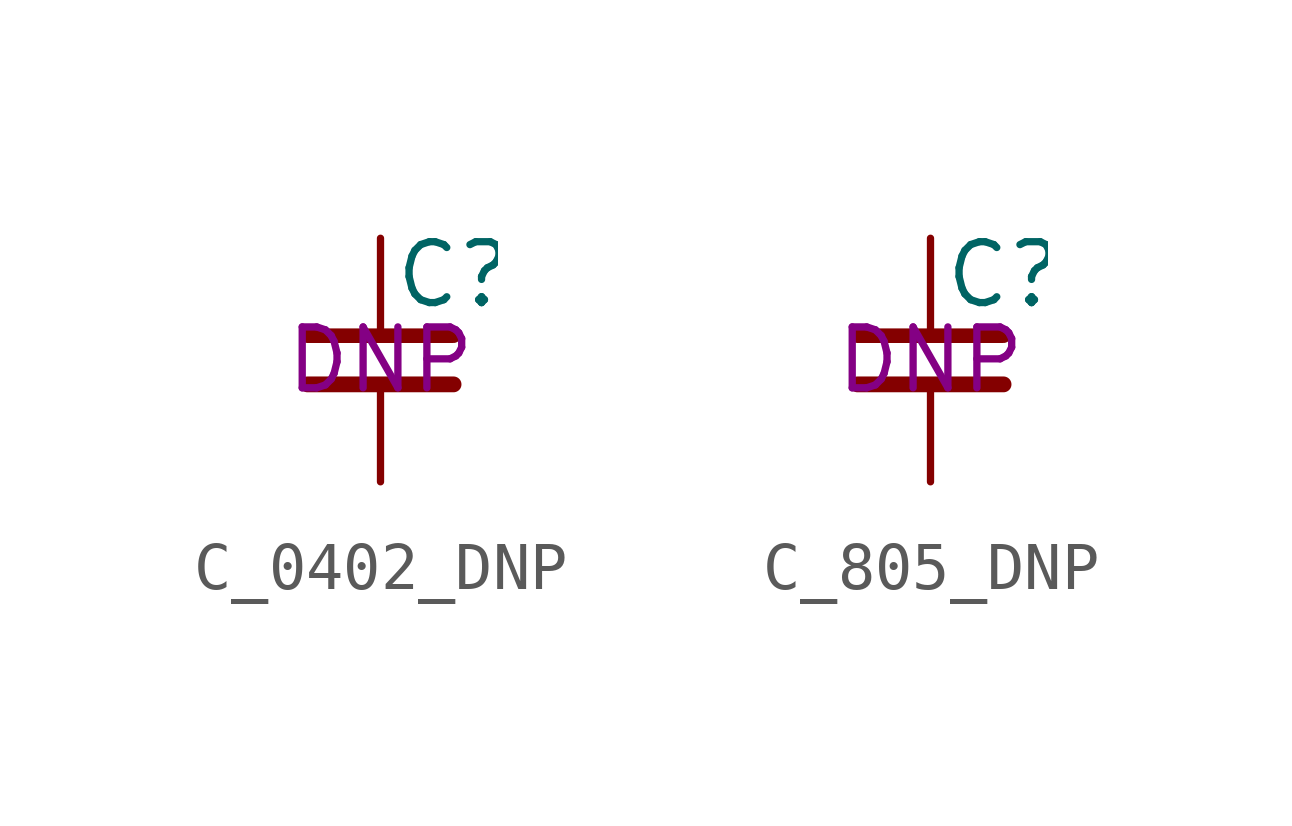
<source format=kicad_sym>
(kicad_symbol_lib
  (version 20211014)
  (generator kicad_symbol_editor)
  (symbol "C_0402_DNP"
    (pin_numbers hide)
    (pin_names
      (offset 0.254) hide)
    (property "Reference" "C"
      (at 0.254 1.778 0)
      (effects (font (size 1.27 1.27)) (justify left)))
    (property "Capacitance" "DNP"
      (at 0 0 0)
      (effects (font (size 1.27 1.27))))
    (symbol "C_0402_DNP_0_1"
      (polyline (pts (xy -1.524 -0.508) (xy 1.524 -0.508)) (stroke (width 0.33) (type default) (color 0 0 0 0)) (fill (type none)))
      (polyline (pts (xy -1.524 0.508) (xy 1.524 0.508)) (stroke (width 0.305) (type default) (color 0 0 0 0)) (fill (type none))))
    (symbol "C_0402_DNP_1_1"
      (pin passive line (at 0 2.54 270) (length 2.032) (name "~" (effects (font (size 1.27 1.27)))) (number "1" (effects (font (size 1.27 1.27)))))
      (pin passive line (at 0 -2.54 90) (length 2.032) (name "~" (effects (font (size 1.27 1.27)))) (number "2" (effects (font (size 1.27 1.27)))))))
  (symbol "C_805_DNP"
    (pin_numbers hide)
    (pin_names
      (offset 0.254) hide)
    (property "Reference" "C"
      (at 0.254 1.778 0)
      (effects (font (size 1.27 1.27)) (justify left)))
    (property "Capacitance" "DNP"
      (at 0 0 0)
      (effects (font (size 1.27 1.27))))
    (symbol "C_805_DNP_0_1"
      (polyline (pts (xy -1.524 -0.508) (xy 1.524 -0.508)) (stroke (width 0.33) (type default) (color 0 0 0 0)) (fill (type none)))
      (polyline (pts (xy -1.524 0.508) (xy 1.524 0.508)) (stroke (width 0.305) (type default) (color 0 0 0 0)) (fill (type none))))
    (symbol "C_805_DNP_1_1"
      (pin passive line (at 0 2.54 270) (length 2.032) (name "~" (effects (font (size 1.27 1.27)))) (number "1" (effects (font (size 1.27 1.27)))))
      (pin passive line (at 0 -2.54 90) (length 2.032) (name "~" (effects (font (size 1.27 1.27)))) (number "2" (effects (font (size 1.27 1.27))))))))
</source>
